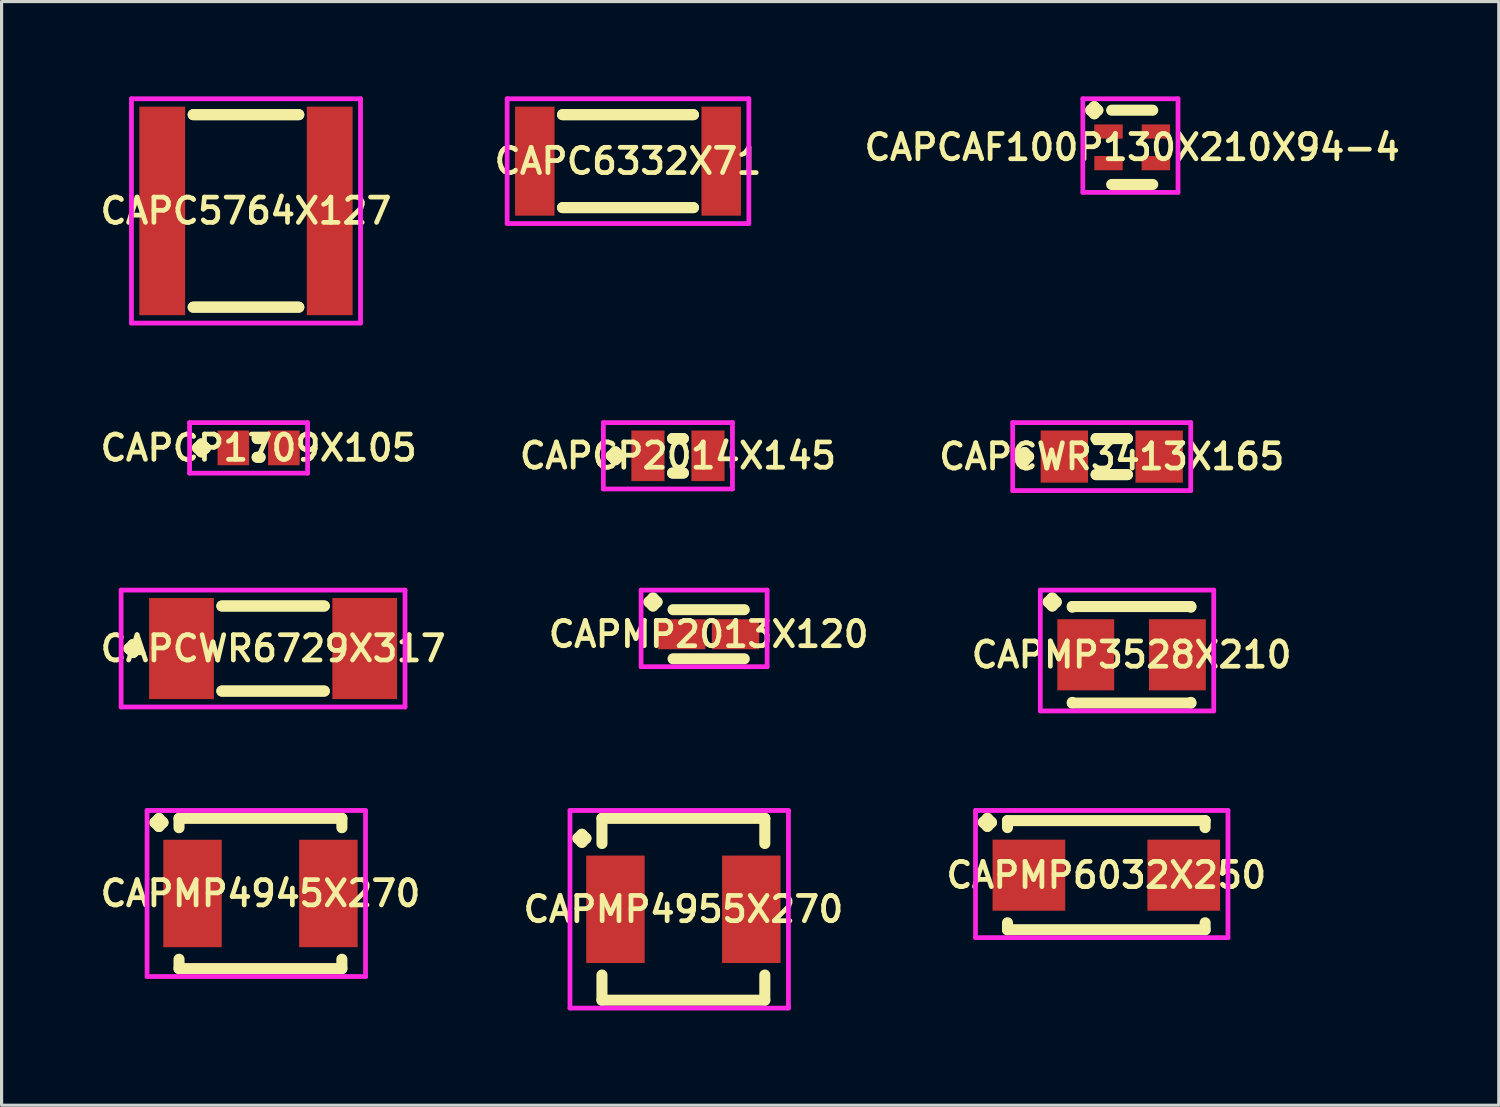
<source format=kicad_pcb>
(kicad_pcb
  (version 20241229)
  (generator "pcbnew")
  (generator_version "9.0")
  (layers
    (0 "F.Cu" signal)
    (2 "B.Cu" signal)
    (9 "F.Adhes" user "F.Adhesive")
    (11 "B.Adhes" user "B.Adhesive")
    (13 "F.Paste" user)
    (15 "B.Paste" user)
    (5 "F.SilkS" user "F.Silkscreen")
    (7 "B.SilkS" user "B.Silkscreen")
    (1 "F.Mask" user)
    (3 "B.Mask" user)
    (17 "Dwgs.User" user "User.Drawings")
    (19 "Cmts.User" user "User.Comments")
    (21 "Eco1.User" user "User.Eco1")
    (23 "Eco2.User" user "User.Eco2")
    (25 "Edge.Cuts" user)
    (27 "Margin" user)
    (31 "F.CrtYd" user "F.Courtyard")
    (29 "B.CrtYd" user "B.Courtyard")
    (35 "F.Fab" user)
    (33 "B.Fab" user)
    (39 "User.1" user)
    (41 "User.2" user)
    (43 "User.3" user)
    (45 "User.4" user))
  (footprint "CAPC5764X127"
    (layer "F.Cu")
    (at 4.735 3.625)
    (property "Reference" "CAPC5764X127" (at 0 0 0) (layer "F.SilkS") (effects (font (size 0.8 0.8) (thickness 0.15))))
    (attr smd)
    (fp_line (start -1.671 -3.046) (end 1.671 -3.046) (stroke (width 0.35) (type solid)) (layer "F.SilkS"))
    (fp_line (start -1.671 3.046) (end 1.671 3.046) (stroke (width 0.35) (type solid)) (layer "F.SilkS"))
    (fp_line (start 1.671 -3.046) (end -1.671 -3.046) (stroke (width 0.35) (type solid)) (layer "F.SilkS"))
    (fp_line (start 1.671 3.046) (end -1.671 3.046) (stroke (width 0.35) (type solid)) (layer "F.SilkS"))
    (fp_line (start -3.625 -3.55) (end 3.625 -3.55) (stroke (width 0.15) (type solid)) (layer "F.CrtYd"))
    (fp_line (start -3.625 3.55) (end -3.625 -3.55) (stroke (width 0.15) (type solid)) (layer "F.CrtYd"))
    (fp_line (start 3.625 -3.55) (end 3.625 3.55) (stroke (width 0.15) (type solid)) (layer "F.CrtYd"))
    (fp_line (start 3.625 3.55) (end -3.625 3.55) (stroke (width 0.15) (type solid)) (layer "F.CrtYd"))
    (pad "1" smd rect (at -2.65 0) (size 1.45 6.6) (layers "F.Cu" "F.Mask" "F.Paste"))
    (pad "2" smd rect (at 2.65 0) (size 1.45 6.6) (layers "F.Cu" "F.Mask" "F.Paste")))
  (footprint "CAPCWR6729X317"
    (layer "F.Cu")
    (at 5.593 17.475)
    (property "Reference" "CAPCWR6729X317" (at 0 0 0) (layer "F.SilkS") (effects (font (size 0.8 0.8) (thickness 0.15))))
    (attr smd)
    (fp_line (start -4.56 0) (end -4.433 -0.127) (stroke (width 0.35) (type solid)) (layer "F.SilkS"))
    (fp_line (start -4.433 -0.127) (end -4.306 0) (stroke (width 0.35) (type solid)) (layer "F.SilkS"))
    (fp_line (start -4.433 0.127) (end -4.56 0) (stroke (width 0.35) (type solid)) (layer "F.SilkS"))
    (fp_line (start -4.306 0) (end -4.433 0.127) (stroke (width 0.35) (type solid)) (layer "F.SilkS"))
    (fp_line (start -1.621 -1.346) (end 1.621 -1.346) (stroke (width 0.35) (type solid)) (layer "F.SilkS"))
    (fp_line (start -1.621 1.346) (end 1.621 1.346) (stroke (width 0.35) (type solid)) (layer "F.SilkS"))
    (fp_line (start 1.621 -1.346) (end -1.621 -1.346) (stroke (width 0.35) (type solid)) (layer "F.SilkS"))
    (fp_line (start 1.621 1.346) (end -1.621 1.346) (stroke (width 0.35) (type solid)) (layer "F.SilkS"))
    (fp_line (start -4.81 -1.85) (end 4.175 -1.85) (stroke (width 0.15) (type solid)) (layer "F.CrtYd"))
    (fp_line (start -4.81 1.85) (end -4.81 -1.85) (stroke (width 0.15) (type solid)) (layer "F.CrtYd"))
    (fp_line (start 4.175 -1.85) (end 4.175 1.85) (stroke (width 0.15) (type solid)) (layer "F.CrtYd"))
    (fp_line (start 4.175 1.85) (end -4.81 1.85) (stroke (width 0.15) (type solid)) (layer "F.CrtYd"))
    (pad "1" smd rect (at -2.9 0) (size 2.05 3.2) (layers "F.Cu" "F.Mask" "F.Paste"))
    (pad "2" smd rect (at 2.9 0) (size 2.05 3.2) (layers "F.Cu" "F.Mask" "F.Paste")))
  (footprint "CAPCAF100P130X210X94-4"
    (layer "F.Cu")
    (at 32.782 1.613)
    (property "Reference" "CAPCAF100P130X210X94-4" (at 0 0 0) (layer "F.SilkS") (effects (font (size 0.8 0.8) (thickness 0.15))))
    (attr smd)
    (fp_line (start -1.312 -1.175) (end -1.2 -1.288) (stroke (width 0.35) (type solid)) (layer "F.SilkS"))
    (fp_line (start -1.2 -1.288) (end -1.087 -1.175) (stroke (width 0.35) (type solid)) (layer "F.SilkS"))
    (fp_line (start -1.2 -1.062) (end -1.312 -1.175) (stroke (width 0.35) (type solid)) (layer "F.SilkS"))
    (fp_line (start -1.087 -1.175) (end -1.2 -1.062) (stroke (width 0.35) (type solid)) (layer "F.SilkS"))
    (fp_line (start -0.65 -1.175) (end 0.65 -1.175) (stroke (width 0.35) (type solid)) (layer "F.SilkS"))
    (fp_line (start -0.65 1.175) (end 0.65 1.175) (stroke (width 0.35) (type solid)) (layer "F.SilkS"))
    (fp_line (start -1.562 -1.538) (end 1.45 -1.538) (stroke (width 0.15) (type solid)) (layer "F.CrtYd"))
    (fp_line (start -1.562 1.425) (end -1.562 -1.538) (stroke (width 0.15) (type solid)) (layer "F.CrtYd"))
    (fp_line (start 1.45 -1.538) (end 1.45 1.425) (stroke (width 0.15) (type solid)) (layer "F.CrtYd"))
    (fp_line (start 1.45 1.425) (end -1.562 1.425) (stroke (width 0.15) (type solid)) (layer "F.CrtYd"))
    (pad "1" smd rect (at -0.75 -0.5) (size 0.9 0.45) (layers "F.Cu" "F.Mask" "F.Paste"))
    (pad "2" smd rect (at -0.75 0.5) (size 0.9 0.45) (layers "F.Cu" "F.Mask" "F.Paste"))
    (pad "3" smd rect (at 0.75 0.5) (size 0.9 0.45) (layers "F.Cu" "F.Mask" "F.Paste"))
    (pad "4" smd rect (at 0.75 -0.5) (size 0.9 0.45) (layers "F.Cu" "F.Mask" "F.Paste")))
  (footprint "CAPMP2013X120"
    (layer "F.Cu")
    (at 19.378 17.023)
    (property "Reference" "CAPMP2013X120" (at 0 0 0) (layer "F.SilkS") (effects (font (size 0.8 0.8) (thickness 0.15))))
    (attr smd)
    (fp_line (start -1.889 -1.021) (end -1.762 -1.148) (stroke (width 0.35) (type solid)) (layer "F.SilkS"))
    (fp_line (start -1.762 -1.148) (end -1.635 -1.021) (stroke (width 0.35) (type solid)) (layer "F.SilkS"))
    (fp_line (start -1.762 -0.894) (end -1.889 -1.021) (stroke (width 0.35) (type solid)) (layer "F.SilkS"))
    (fp_line (start -1.635 -1.021) (end -1.762 -0.894) (stroke (width 0.35) (type solid)) (layer "F.SilkS"))
    (fp_line (start -1.127 -0.777) (end 1.127 -0.777) (stroke (width 0.35) (type solid)) (layer "F.SilkS"))
    (fp_line (start -1.127 0.777) (end 1.127 0.777) (stroke (width 0.35) (type solid)) (layer "F.SilkS"))
    (fp_line (start -2.139 -1.398) (end 1.85 -1.398) (stroke (width 0.15) (type solid)) (layer "F.CrtYd"))
    (fp_line (start -2.139 1.027) (end -2.139 -1.398) (stroke (width 0.15) (type solid)) (layer "F.CrtYd"))
    (fp_line (start 1.85 -1.398) (end 1.85 1.027) (stroke (width 0.15) (type solid)) (layer "F.CrtYd"))
    (fp_line (start 1.85 1.027) (end -2.139 1.027) (stroke (width 0.15) (type solid)) (layer "F.CrtYd"))
    (pad "1" smd rect (at -0.85 0) (size 1.5 0.95) (layers "F.Cu" "F.Mask" "F.Paste"))
    (pad "2" smd rect (at 0.85 0) (size 1.5 0.95) (layers "F.Cu" "F.Mask" "F.Paste")))
  (footprint "CAPMP4945X270"
    (layer "F.Cu")
    (at 5.193 25.227)
    (property "Reference" "CAPMP4945X270" (at 0 0 0) (layer "F.SilkS") (effects (font (size 0.8 0.8) (thickness 0.15))))
    (attr smd)
    (fp_line (start -3.339 -2.246) (end -3.212 -2.373) (stroke (width 0.35) (type solid)) (layer "F.SilkS"))
    (fp_line (start -3.212 -2.373) (end -3.085 -2.246) (stroke (width 0.35) (type solid)) (layer "F.SilkS"))
    (fp_line (start -3.212 -2.119) (end -3.339 -2.246) (stroke (width 0.35) (type solid)) (layer "F.SilkS"))
    (fp_line (start -3.085 -2.246) (end -3.212 -2.119) (stroke (width 0.35) (type solid)) (layer "F.SilkS"))
    (fp_line (start -2.577 -2.377) (end 2.577 -2.377) (stroke (width 0.35) (type solid)) (layer "F.SilkS"))
    (fp_line (start -2.577 -2.081) (end -2.577 -2.377) (stroke (width 0.35) (type solid)) (layer "F.SilkS"))
    (fp_line (start -2.577 2.081) (end -2.577 2.377) (stroke (width 0.35) (type solid)) (layer "F.SilkS"))
    (fp_line (start -2.577 2.377) (end 2.577 2.377) (stroke (width 0.35) (type solid)) (layer "F.SilkS"))
    (fp_line (start 2.577 -2.377) (end 2.577 -2.081) (stroke (width 0.35) (type solid)) (layer "F.SilkS"))
    (fp_line (start 2.577 2.377) (end 2.577 2.081) (stroke (width 0.35) (type solid)) (layer "F.SilkS"))
    (fp_line (start -3.589 -2.627) (end 3.325 -2.627) (stroke (width 0.15) (type solid)) (layer "F.CrtYd"))
    (fp_line (start -3.589 2.627) (end -3.589 -2.627) (stroke (width 0.15) (type solid)) (layer "F.CrtYd"))
    (fp_line (start 3.325 -2.627) (end 3.325 2.627) (stroke (width 0.15) (type solid)) (layer "F.CrtYd"))
    (fp_line (start 3.325 2.627) (end -3.589 2.627) (stroke (width 0.15) (type solid)) (layer "F.CrtYd"))
    (pad "1" smd rect (at -2.15 0) (size 1.85 3.4) (layers "F.Cu" "F.Mask" "F.Paste"))
    (pad "2" smd rect (at 2.15 0) (size 1.85 3.4) (layers "F.Cu" "F.Mask" "F.Paste")))
  (footprint "CAPCP2014X145"
    (layer "F.Cu")
    (at 18.406 11.375)
    (property "Reference" "CAPCP2014X145" (at 0 0 0) (layer "F.SilkS") (effects (font (size 0.8 0.8) (thickness 0.15))))
    (attr smd)
    (fp_line (start -2.11 0) (end -1.983 -0.127) (stroke (width 0.35) (type solid)) (layer "F.SilkS"))
    (fp_line (start -1.983 -0.127) (end -1.856 0) (stroke (width 0.35) (type solid)) (layer "F.SilkS"))
    (fp_line (start -1.983 0.127) (end -2.11 0) (stroke (width 0.35) (type solid)) (layer "F.SilkS"))
    (fp_line (start -1.856 0) (end -1.983 0.127) (stroke (width 0.35) (type solid)) (layer "F.SilkS"))
    (fp_line (start -0.171 -0.546) (end 0.171 -0.546) (stroke (width 0.35) (type solid)) (layer "F.SilkS"))
    (fp_line (start -0.171 0.546) (end 0.171 0.546) (stroke (width 0.35) (type solid)) (layer "F.SilkS"))
    (fp_line (start 0.171 -0.546) (end -0.171 -0.546) (stroke (width 0.35) (type solid)) (layer "F.SilkS"))
    (fp_line (start 0.171 0.546) (end -0.171 0.546) (stroke (width 0.35) (type solid)) (layer "F.SilkS"))
    (fp_line (start -2.36 -1.05) (end 1.725 -1.05) (stroke (width 0.15) (type solid)) (layer "F.CrtYd"))
    (fp_line (start -2.36 1.05) (end -2.36 -1.05) (stroke (width 0.15) (type solid)) (layer "F.CrtYd"))
    (fp_line (start 1.725 -1.05) (end 1.725 1.05) (stroke (width 0.15) (type solid)) (layer "F.CrtYd"))
    (fp_line (start 1.725 1.05) (end -2.36 1.05) (stroke (width 0.15) (type solid)) (layer "F.CrtYd"))
    (pad "1" smd rect (at -0.95 0) (size 1.05 1.6) (layers "F.Cu" "F.Mask" "F.Paste"))
    (pad "2" smd rect (at 0.95 0) (size 1.05 1.6) (layers "F.Cu" "F.Mask" "F.Paste")))
  (footprint "CAPCWR3413X165"
    (layer "F.Cu")
    (at 32.135 11.4)
    (property "Reference" "CAPCWR3413X165" (at 0 0 0) (layer "F.SilkS") (effects (font (size 0.8 0.8) (thickness 0.15))))
    (attr smd)
    (fp_line (start -2.885 0) (end -2.758 -0.127) (stroke (width 0.35) (type solid)) (layer "F.SilkS"))
    (fp_line (start -2.758 -0.127) (end -2.631 0) (stroke (width 0.35) (type solid)) (layer "F.SilkS"))
    (fp_line (start -2.758 0.127) (end -2.885 0) (stroke (width 0.35) (type solid)) (layer "F.SilkS"))
    (fp_line (start -2.631 0) (end -2.758 0.127) (stroke (width 0.35) (type solid)) (layer "F.SilkS"))
    (fp_line (start -0.496 -0.571) (end 0.496 -0.571) (stroke (width 0.35) (type solid)) (layer "F.SilkS"))
    (fp_line (start -0.496 0.571) (end 0.496 0.571) (stroke (width 0.35) (type solid)) (layer "F.SilkS"))
    (fp_line (start 0.496 -0.571) (end -0.496 -0.571) (stroke (width 0.35) (type solid)) (layer "F.SilkS"))
    (fp_line (start 0.496 0.571) (end -0.496 0.571) (stroke (width 0.35) (type solid)) (layer "F.SilkS"))
    (fp_line (start -3.135 -1.075) (end 2.5 -1.075) (stroke (width 0.15) (type solid)) (layer "F.CrtYd"))
    (fp_line (start -3.135 1.075) (end -3.135 -1.075) (stroke (width 0.15) (type solid)) (layer "F.CrtYd"))
    (fp_line (start 2.5 -1.075) (end 2.5 1.075) (stroke (width 0.15) (type solid)) (layer "F.CrtYd"))
    (fp_line (start 2.5 1.075) (end -3.135 1.075) (stroke (width 0.15) (type solid)) (layer "F.CrtYd"))
    (pad "1" smd rect (at -1.5 0) (size 1.5 1.65) (layers "F.Cu" "F.Mask" "F.Paste"))
    (pad "2" smd rect (at 1.5 0) (size 1.5 1.65) (layers "F.Cu" "F.Mask" "F.Paste")))
  (footprint "CAPMP6032X250"
    (layer "F.Cu")
    (at 31.963 24.648)
    (property "Reference" "CAPMP6032X250" (at 0 0 0) (layer "F.SilkS") (effects (font (size 0.8 0.8) (thickness 0.15))))
    (attr smd)
    (fp_line (start -3.889 -1.671) (end -3.762 -1.798) (stroke (width 0.35) (type solid)) (layer "F.SilkS"))
    (fp_line (start -3.762 -1.798) (end -3.635 -1.671) (stroke (width 0.35) (type solid)) (layer "F.SilkS"))
    (fp_line (start -3.762 -1.544) (end -3.889 -1.671) (stroke (width 0.35) (type solid)) (layer "F.SilkS"))
    (fp_line (start -3.635 -1.671) (end -3.762 -1.544) (stroke (width 0.35) (type solid)) (layer "F.SilkS"))
    (fp_line (start -3.127 -1.727) (end 3.127 -1.727) (stroke (width 0.35) (type solid)) (layer "F.SilkS"))
    (fp_line (start -3.127 -1.506) (end -3.127 -1.727) (stroke (width 0.35) (type solid)) (layer "F.SilkS"))
    (fp_line (start -3.127 1.506) (end -3.127 1.727) (stroke (width 0.35) (type solid)) (layer "F.SilkS"))
    (fp_line (start -3.127 1.727) (end 3.127 1.727) (stroke (width 0.35) (type solid)) (layer "F.SilkS"))
    (fp_line (start 3.127 -1.727) (end 3.127 -1.506) (stroke (width 0.35) (type solid)) (layer "F.SilkS"))
    (fp_line (start 3.127 1.727) (end 3.127 1.506) (stroke (width 0.35) (type solid)) (layer "F.SilkS"))
    (fp_line (start -4.139 -2.048) (end 3.85 -2.048) (stroke (width 0.15) (type solid)) (layer "F.CrtYd"))
    (fp_line (start -4.139 1.977) (end -4.139 -2.048) (stroke (width 0.15) (type solid)) (layer "F.CrtYd"))
    (fp_line (start 3.85 -2.048) (end 3.85 1.977) (stroke (width 0.15) (type solid)) (layer "F.CrtYd"))
    (fp_line (start 3.85 1.977) (end -4.139 1.977) (stroke (width 0.15) (type solid)) (layer "F.CrtYd"))
    (pad "1" smd rect (at -2.45 0) (size 2.3 2.25) (layers "F.Cu" "F.Mask" "F.Paste"))
    (pad "2" smd rect (at 2.45 0) (size 2.3 2.25) (layers "F.Cu" "F.Mask" "F.Paste")))
  (footprint "CAPMP4955X270"
    (layer "F.Cu")
    (at 18.578 25.727)
    (property "Reference" "CAPMP4955X270" (at 0 0 0) (layer "F.SilkS") (effects (font (size 0.8 0.8) (thickness 0.15))))
    (attr smd)
    (fp_line (start -3.339 -2.246) (end -3.212 -2.373) (stroke (width 0.35) (type solid)) (layer "F.SilkS"))
    (fp_line (start -3.212 -2.373) (end -3.085 -2.246) (stroke (width 0.35) (type solid)) (layer "F.SilkS"))
    (fp_line (start -3.212 -2.119) (end -3.339 -2.246) (stroke (width 0.35) (type solid)) (layer "F.SilkS"))
    (fp_line (start -3.085 -2.246) (end -3.212 -2.119) (stroke (width 0.35) (type solid)) (layer "F.SilkS"))
    (fp_line (start -2.577 -2.877) (end 2.577 -2.877) (stroke (width 0.35) (type solid)) (layer "F.SilkS"))
    (fp_line (start -2.577 -2.081) (end -2.577 -2.877) (stroke (width 0.35) (type solid)) (layer "F.SilkS"))
    (fp_line (start -2.577 2.081) (end -2.577 2.877) (stroke (width 0.35) (type solid)) (layer "F.SilkS"))
    (fp_line (start -2.577 2.877) (end 2.577 2.877) (stroke (width 0.35) (type solid)) (layer "F.SilkS"))
    (fp_line (start 2.577 -2.877) (end 2.577 -2.081) (stroke (width 0.35) (type solid)) (layer "F.SilkS"))
    (fp_line (start 2.577 2.877) (end 2.577 2.081) (stroke (width 0.35) (type solid)) (layer "F.SilkS"))
    (fp_line (start -3.589 -3.127) (end 3.325 -3.127) (stroke (width 0.15) (type solid)) (layer "F.CrtYd"))
    (fp_line (start -3.589 3.127) (end -3.589 -3.127) (stroke (width 0.15) (type solid)) (layer "F.CrtYd"))
    (fp_line (start 3.325 -3.127) (end 3.325 3.127) (stroke (width 0.15) (type solid)) (layer "F.CrtYd"))
    (fp_line (start 3.325 3.127) (end -3.589 3.127) (stroke (width 0.15) (type solid)) (layer "F.CrtYd"))
    (pad "1" smd rect (at -2.15 0) (size 1.85 3.4) (layers "F.Cu" "F.Mask" "F.Paste"))
    (pad "2" smd rect (at 2.15 0) (size 1.85 3.4) (layers "F.Cu" "F.Mask" "F.Paste")))
  (footprint "CAPCP1709X105"
    (layer "F.Cu")
    (at 5.135 11.125)
    (property "Reference" "CAPCP1709X105" (at 0 0 0) (layer "F.SilkS") (effects (font (size 0.8 0.8) (thickness 0.15))))
    (attr smd)
    (fp_line (start -1.935 0) (end -1.808 -0.127) (stroke (width 0.35) (type solid)) (layer "F.SilkS"))
    (fp_line (start -1.808 -0.127) (end -1.681 0) (stroke (width 0.35) (type solid)) (layer "F.SilkS"))
    (fp_line (start -1.808 0.127) (end -1.935 0) (stroke (width 0.35) (type solid)) (layer "F.SilkS"))
    (fp_line (start -1.681 0) (end -1.808 0.127) (stroke (width 0.35) (type solid)) (layer "F.SilkS"))
    (fp_line (start -0.046 -0.296) (end 0.046 -0.296) (stroke (width 0.35) (type solid)) (layer "F.SilkS"))
    (fp_line (start -0.046 0.296) (end 0.046 0.296) (stroke (width 0.35) (type solid)) (layer "F.SilkS"))
    (fp_line (start 0.046 -0.296) (end -0.046 -0.296) (stroke (width 0.35) (type solid)) (layer "F.SilkS"))
    (fp_line (start 0.046 0.296) (end -0.046 0.296) (stroke (width 0.35) (type solid)) (layer "F.SilkS"))
    (fp_line (start -2.185 -0.8) (end 1.55 -0.8) (stroke (width 0.15) (type solid)) (layer "F.CrtYd"))
    (fp_line (start -2.185 0.8) (end -2.185 -0.8) (stroke (width 0.15) (type solid)) (layer "F.CrtYd"))
    (fp_line (start 1.55 -0.8) (end 1.55 0.8) (stroke (width 0.15) (type solid)) (layer "F.CrtYd"))
    (fp_line (start 1.55 0.8) (end -2.185 0.8) (stroke (width 0.15) (type solid)) (layer "F.CrtYd"))
    (pad "1" smd rect (at -0.8 0) (size 1 1.1) (layers "F.Cu" "F.Mask" "F.Paste"))
    (pad "2" smd rect (at 0.8 0) (size 1 1.1) (layers "F.Cu" "F.Mask" "F.Paste")))
  (footprint "CAPC6332X71"
    (layer "F.Cu")
    (at 16.825 2.05)
    (property "Reference" "CAPC6332X71" (at 0 0 0) (layer "F.SilkS") (effects (font (size 0.8 0.8) (thickness 0.15))))
    (attr smd)
    (fp_line (start -2.071 -1.471) (end 2.071 -1.471) (stroke (width 0.35) (type solid)) (layer "F.SilkS"))
    (fp_line (start -2.071 1.471) (end 2.071 1.471) (stroke (width 0.35) (type solid)) (layer "F.SilkS"))
    (fp_line (start 2.071 -1.471) (end -2.071 -1.471) (stroke (width 0.35) (type solid)) (layer "F.SilkS"))
    (fp_line (start 2.071 1.471) (end -2.071 1.471) (stroke (width 0.35) (type solid)) (layer "F.SilkS"))
    (fp_line (start -3.825 -1.975) (end 3.825 -1.975) (stroke (width 0.15) (type solid)) (layer "F.CrtYd"))
    (fp_line (start -3.825 1.975) (end -3.825 -1.975) (stroke (width 0.15) (type solid)) (layer "F.CrtYd"))
    (fp_line (start 3.825 -1.975) (end 3.825 1.975) (stroke (width 0.15) (type solid)) (layer "F.CrtYd"))
    (fp_line (start 3.825 1.975) (end -3.825 1.975) (stroke (width 0.15) (type solid)) (layer "F.CrtYd"))
    (pad "1" smd rect (at -2.95 0) (size 1.25 3.45) (layers "F.Cu" "F.Mask" "F.Paste"))
    (pad "2" smd rect (at 2.95 0) (size 1.25 3.45) (layers "F.Cu" "F.Mask" "F.Paste")))
  (footprint "CAPMP3528X210"
    (layer "F.Cu")
    (at 32.763 17.673)
    (property "Reference" "CAPMP3528X210" (at 0 0 0) (layer "F.SilkS") (effects (font (size 0.8 0.8) (thickness 0.15))))
    (attr smd)
    (fp_line (start -2.639 -1.671) (end -2.512 -1.798) (stroke (width 0.35) (type solid)) (layer "F.SilkS"))
    (fp_line (start -2.512 -1.798) (end -2.385 -1.671) (stroke (width 0.35) (type solid)) (layer "F.SilkS"))
    (fp_line (start -2.512 -1.544) (end -2.639 -1.671) (stroke (width 0.35) (type solid)) (layer "F.SilkS"))
    (fp_line (start -2.385 -1.671) (end -2.512 -1.544) (stroke (width 0.35) (type solid)) (layer "F.SilkS"))
    (fp_line (start -1.877 -1.527) (end 1.877 -1.527) (stroke (width 0.35) (type solid)) (layer "F.SilkS"))
    (fp_line (start -1.877 -1.506) (end -1.877 -1.527) (stroke (width 0.35) (type solid)) (layer "F.SilkS"))
    (fp_line (start -1.877 1.506) (end -1.877 1.527) (stroke (width 0.35) (type solid)) (layer "F.SilkS"))
    (fp_line (start -1.877 1.527) (end 1.877 1.527) (stroke (width 0.35) (type solid)) (layer "F.SilkS"))
    (fp_line (start 1.877 -1.527) (end 1.877 -1.506) (stroke (width 0.35) (type solid)) (layer "F.SilkS"))
    (fp_line (start 1.877 1.527) (end 1.877 1.506) (stroke (width 0.35) (type solid)) (layer "F.SilkS"))
    (fp_line (start -2.889 -2.048) (end 2.6 -2.048) (stroke (width 0.15) (type solid)) (layer "F.CrtYd"))
    (fp_line (start -2.889 1.777) (end -2.889 -2.048) (stroke (width 0.15) (type solid)) (layer "F.CrtYd"))
    (fp_line (start 2.6 -2.048) (end 2.6 1.777) (stroke (width 0.15) (type solid)) (layer "F.CrtYd"))
    (fp_line (start 2.6 1.777) (end -2.889 1.777) (stroke (width 0.15) (type solid)) (layer "F.CrtYd"))
    (pad "1" smd rect (at -1.45 0) (size 1.8 2.25) (layers "F.Cu" "F.Mask" "F.Paste"))
    (pad "2" smd rect (at 1.45 0) (size 1.8 2.25) (layers "F.Cu" "F.Mask" "F.Paste")))
  (gr_rect
    (start -3 -3)
    (end 44.384 31.929)
    (stroke (width 0.1) (type default))
    (fill no)
    (layer "Edge.Cuts")))
</source>
